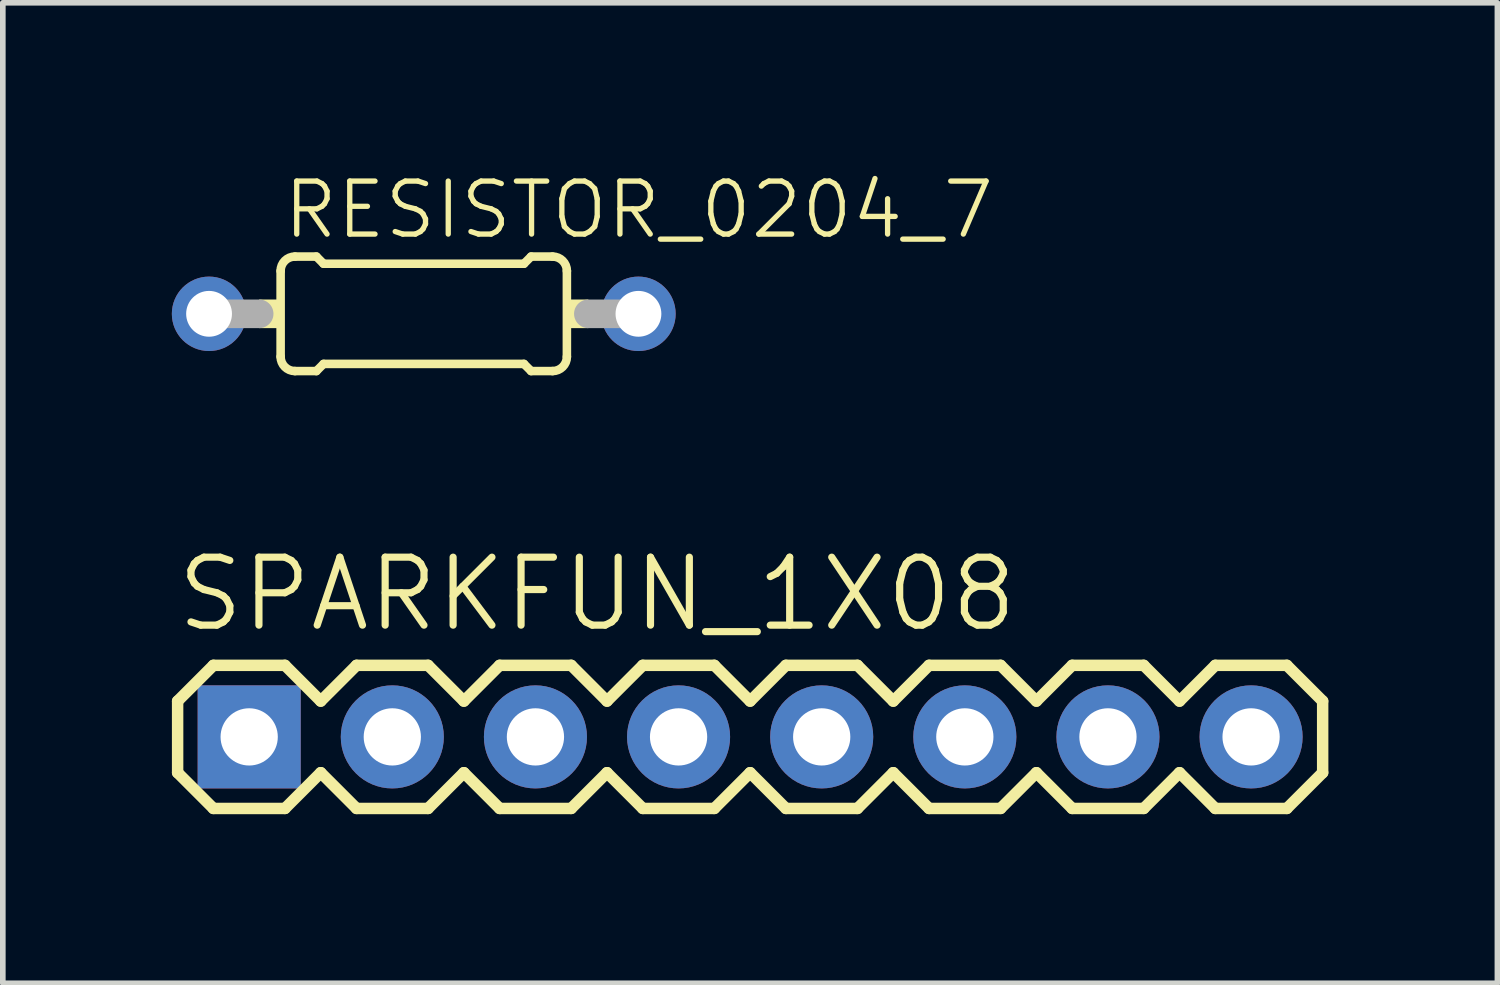
<source format=kicad_pcb>
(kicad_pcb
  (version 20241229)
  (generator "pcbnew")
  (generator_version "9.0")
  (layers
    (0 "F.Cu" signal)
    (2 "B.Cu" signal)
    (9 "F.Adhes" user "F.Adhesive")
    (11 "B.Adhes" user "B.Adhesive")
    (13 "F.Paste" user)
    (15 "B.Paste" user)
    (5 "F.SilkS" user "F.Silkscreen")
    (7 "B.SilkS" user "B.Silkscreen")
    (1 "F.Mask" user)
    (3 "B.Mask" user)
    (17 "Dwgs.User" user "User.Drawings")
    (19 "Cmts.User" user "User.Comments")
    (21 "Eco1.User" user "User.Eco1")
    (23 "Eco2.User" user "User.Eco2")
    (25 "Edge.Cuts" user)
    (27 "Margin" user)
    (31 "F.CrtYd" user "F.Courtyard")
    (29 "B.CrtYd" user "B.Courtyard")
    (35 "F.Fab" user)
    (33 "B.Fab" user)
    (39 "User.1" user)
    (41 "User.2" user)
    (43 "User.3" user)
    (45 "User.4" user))
  (footprint "RESISTOR_0204_7"
    (layer "F.Cu")
    (at 4.47 2.519)
    (property "Reference" "RESISTOR_0204_7" (at -2.54 -1.295 0) (layer "F.SilkS") (effects (font (size 0.941 0.941) (thickness 0.094)) (justify left bottom)))
    (attr through_hole)
    (fp_line (start -2.54 0.762) (end -2.54 -0.762) (stroke (width 0.152) (type solid)) (layer "F.SilkS"))
    (fp_line (start -2.286 -1.016) (end -1.905 -1.016) (stroke (width 0.152) (type solid)) (layer "F.SilkS"))
    (fp_line (start -2.286 1.016) (end -1.905 1.016) (stroke (width 0.152) (type solid)) (layer "F.SilkS"))
    (fp_line (start -1.778 -0.889) (end -1.905 -1.016) (stroke (width 0.152) (type solid)) (layer "F.SilkS"))
    (fp_line (start -1.778 0.889) (end -1.905 1.016) (stroke (width 0.152) (type solid)) (layer "F.SilkS"))
    (fp_line (start 1.778 -0.889) (end -1.778 -0.889) (stroke (width 0.152) (type solid)) (layer "F.SilkS"))
    (fp_line (start 1.778 -0.889) (end 1.905 -1.016) (stroke (width 0.152) (type solid)) (layer "F.SilkS"))
    (fp_line (start 1.778 0.889) (end -1.778 0.889) (stroke (width 0.152) (type solid)) (layer "F.SilkS"))
    (fp_line (start 1.778 0.889) (end 1.905 1.016) (stroke (width 0.152) (type solid)) (layer "F.SilkS"))
    (fp_line (start 2.286 -1.016) (end 1.905 -1.016) (stroke (width 0.152) (type solid)) (layer "F.SilkS"))
    (fp_line (start 2.286 1.016) (end 1.905 1.016) (stroke (width 0.152) (type solid)) (layer "F.SilkS"))
    (fp_line (start 2.54 0.762) (end 2.54 -0.762) (stroke (width 0.152) (type solid)) (layer "F.SilkS"))
    (fp_arc (start -2.54 -0.762) (mid -2.465605 -0.941605) (end -2.286 -1.016) (stroke (width 0.1524) (type solid)) (layer "F.SilkS"))
    (fp_arc (start -2.286 1.016) (mid -2.465605 0.941605) (end -2.54 0.762) (stroke (width 0.1524) (type solid)) (layer "F.SilkS"))
    (fp_arc (start 2.286 -1.016) (mid 2.465605 -0.941605) (end 2.54 -0.762) (stroke (width 0.1524) (type solid)) (layer "F.SilkS"))
    (fp_arc (start 2.54 0.762) (mid 2.465605 0.941605) (end 2.286 1.016) (stroke (width 0.1524) (type solid)) (layer "F.SilkS"))
    (fp_poly (pts (xy -2.921 0.254) (xy -2.54 0.254) (xy -2.54 -0.254) (xy -2.921 -0.254)) (stroke (width 0) (type solid)) (fill yes) (layer "F.SilkS"))
    (fp_poly (pts (xy 2.54 0.254) (xy 2.921 0.254) (xy 2.921 -0.254) (xy 2.54 -0.254)) (stroke (width 0) (type solid)) (fill yes) (layer "F.SilkS"))
    (fp_line (start -3.81 0) (end -2.921 0) (stroke (width 0.508) (type solid)) (layer "F.Fab"))
    (fp_line (start 3.81 0) (end 2.921 0) (stroke (width 0.508) (type solid)) (layer "F.Fab"))
    (pad "1" thru_hole circle (at -3.81 0) (size 1.321 1.321) (drill 0.813) (layers "*.Cu" "*.Mask"))
    (pad "2" thru_hole circle (at 3.81 0) (size 1.321 1.321) (drill 0.813) (layers "*.Cu" "*.Mask")))
  (footprint "SPARKFUN_1X08"
    (layer "F.Cu")
    (at 1.372 10.027)
    (property "Reference" "SPARKFUN_1X08" (at -1.346 -1.829 0) (layer "F.SilkS") (effects (font (size 1.206 1.206) (thickness 0.127)) (justify left bottom)))
    (attr through_hole)
    (fp_line (start -1.27 -0.635) (end -1.27 0.635) (stroke (width 0.203) (type solid)) (layer "F.SilkS"))
    (fp_line (start -1.27 0.635) (end -0.635 1.27) (stroke (width 0.203) (type solid)) (layer "F.SilkS"))
    (fp_line (start -0.635 -1.27) (end -1.27 -0.635) (stroke (width 0.203) (type solid)) (layer "F.SilkS"))
    (fp_line (start -0.635 -1.27) (end 0.635 -1.27) (stroke (width 0.203) (type solid)) (layer "F.SilkS"))
    (fp_line (start 0.635 -1.27) (end 1.27 -0.635) (stroke (width 0.203) (type solid)) (layer "F.SilkS"))
    (fp_line (start 0.635 1.27) (end -0.635 1.27) (stroke (width 0.203) (type solid)) (layer "F.SilkS"))
    (fp_line (start 1.27 -0.635) (end 1.905 -1.27) (stroke (width 0.203) (type solid)) (layer "F.SilkS"))
    (fp_line (start 1.27 0.635) (end 0.635 1.27) (stroke (width 0.203) (type solid)) (layer "F.SilkS"))
    (fp_line (start 1.905 -1.27) (end 3.175 -1.27) (stroke (width 0.203) (type solid)) (layer "F.SilkS"))
    (fp_line (start 1.905 1.27) (end 1.27 0.635) (stroke (width 0.203) (type solid)) (layer "F.SilkS"))
    (fp_line (start 3.175 -1.27) (end 3.81 -0.635) (stroke (width 0.203) (type solid)) (layer "F.SilkS"))
    (fp_line (start 3.175 1.27) (end 1.905 1.27) (stroke (width 0.203) (type solid)) (layer "F.SilkS"))
    (fp_line (start 3.81 -0.635) (end 4.445 -1.27) (stroke (width 0.203) (type solid)) (layer "F.SilkS"))
    (fp_line (start 3.81 0.635) (end 3.175 1.27) (stroke (width 0.203) (type solid)) (layer "F.SilkS"))
    (fp_line (start 4.445 -1.27) (end 5.715 -1.27) (stroke (width 0.203) (type solid)) (layer "F.SilkS"))
    (fp_line (start 4.445 1.27) (end 3.81 0.635) (stroke (width 0.203) (type solid)) (layer "F.SilkS"))
    (fp_line (start 5.715 -1.27) (end 6.35 -0.635) (stroke (width 0.203) (type solid)) (layer "F.SilkS"))
    (fp_line (start 5.715 1.27) (end 4.445 1.27) (stroke (width 0.203) (type solid)) (layer "F.SilkS"))
    (fp_line (start 6.35 0.635) (end 5.715 1.27) (stroke (width 0.203) (type solid)) (layer "F.SilkS"))
    (fp_line (start 6.35 0.635) (end 6.985 1.27) (stroke (width 0.203) (type solid)) (layer "F.SilkS"))
    (fp_line (start 6.985 -1.27) (end 6.35 -0.635) (stroke (width 0.203) (type solid)) (layer "F.SilkS"))
    (fp_line (start 6.985 -1.27) (end 8.255 -1.27) (stroke (width 0.203) (type solid)) (layer "F.SilkS"))
    (fp_line (start 8.255 -1.27) (end 8.89 -0.635) (stroke (width 0.203) (type solid)) (layer "F.SilkS"))
    (fp_line (start 8.255 1.27) (end 6.985 1.27) (stroke (width 0.203) (type solid)) (layer "F.SilkS"))
    (fp_line (start 8.89 -0.635) (end 9.525 -1.27) (stroke (width 0.203) (type solid)) (layer "F.SilkS"))
    (fp_line (start 8.89 0.635) (end 8.255 1.27) (stroke (width 0.203) (type solid)) (layer "F.SilkS"))
    (fp_line (start 9.525 -1.27) (end 10.795 -1.27) (stroke (width 0.203) (type solid)) (layer "F.SilkS"))
    (fp_line (start 9.525 1.27) (end 8.89 0.635) (stroke (width 0.203) (type solid)) (layer "F.SilkS"))
    (fp_line (start 10.795 -1.27) (end 11.43 -0.635) (stroke (width 0.203) (type solid)) (layer "F.SilkS"))
    (fp_line (start 10.795 1.27) (end 9.525 1.27) (stroke (width 0.203) (type solid)) (layer "F.SilkS"))
    (fp_line (start 11.43 -0.635) (end 12.065 -1.27) (stroke (width 0.203) (type solid)) (layer "F.SilkS"))
    (fp_line (start 11.43 0.635) (end 10.795 1.27) (stroke (width 0.203) (type solid)) (layer "F.SilkS"))
    (fp_line (start 12.065 -1.27) (end 13.335 -1.27) (stroke (width 0.203) (type solid)) (layer "F.SilkS"))
    (fp_line (start 12.065 1.27) (end 11.43 0.635) (stroke (width 0.203) (type solid)) (layer "F.SilkS"))
    (fp_line (start 13.335 -1.27) (end 13.97 -0.635) (stroke (width 0.203) (type solid)) (layer "F.SilkS"))
    (fp_line (start 13.335 1.27) (end 12.065 1.27) (stroke (width 0.203) (type solid)) (layer "F.SilkS"))
    (fp_line (start 13.97 0.635) (end 13.335 1.27) (stroke (width 0.203) (type solid)) (layer "F.SilkS"))
    (fp_line (start 13.97 0.635) (end 14.605 1.27) (stroke (width 0.203) (type solid)) (layer "F.SilkS"))
    (fp_line (start 14.605 -1.27) (end 13.97 -0.635) (stroke (width 0.203) (type solid)) (layer "F.SilkS"))
    (fp_line (start 14.605 -1.27) (end 15.875 -1.27) (stroke (width 0.203) (type solid)) (layer "F.SilkS"))
    (fp_line (start 15.875 -1.27) (end 16.51 -0.635) (stroke (width 0.203) (type solid)) (layer "F.SilkS"))
    (fp_line (start 15.875 1.27) (end 14.605 1.27) (stroke (width 0.203) (type solid)) (layer "F.SilkS"))
    (fp_line (start 16.51 0.635) (end 15.875 1.27) (stroke (width 0.203) (type solid)) (layer "F.SilkS"))
    (fp_line (start 16.51 0.635) (end 17.145 1.27) (stroke (width 0.203) (type solid)) (layer "F.SilkS"))
    (fp_line (start 17.145 -1.27) (end 16.51 -0.635) (stroke (width 0.203) (type solid)) (layer "F.SilkS"))
    (fp_line (start 17.145 -1.27) (end 18.415 -1.27) (stroke (width 0.203) (type solid)) (layer "F.SilkS"))
    (fp_line (start 18.415 -1.27) (end 19.05 -0.635) (stroke (width 0.203) (type solid)) (layer "F.SilkS"))
    (fp_line (start 18.415 1.27) (end 17.145 1.27) (stroke (width 0.203) (type solid)) (layer "F.SilkS"))
    (fp_line (start 19.05 -0.635) (end 19.05 0.635) (stroke (width 0.203) (type solid)) (layer "F.SilkS"))
    (fp_line (start 19.05 0.635) (end 18.415 1.27) (stroke (width 0.203) (type solid)) (layer "F.SilkS"))
    (fp_poly (pts (xy -0.254 0.254) (xy 0.254 0.254) (xy 0.254 -0.254) (xy -0.254 -0.254)) (stroke (width 0.1) (type solid)) (fill no) (layer "F.Fab"))
    (fp_poly (pts (xy 2.286 0.254) (xy 2.794 0.254) (xy 2.794 -0.254) (xy 2.286 -0.254)) (stroke (width 0.1) (type solid)) (fill no) (layer "F.Fab"))
    (fp_poly (pts (xy 4.826 0.254) (xy 5.334 0.254) (xy 5.334 -0.254) (xy 4.826 -0.254)) (stroke (width 0.1) (type solid)) (fill no) (layer "F.Fab"))
    (fp_poly (pts (xy 7.366 0.254) (xy 7.874 0.254) (xy 7.874 -0.254) (xy 7.366 -0.254)) (stroke (width 0.1) (type solid)) (fill no) (layer "F.Fab"))
    (fp_poly (pts (xy 9.906 0.254) (xy 10.414 0.254) (xy 10.414 -0.254) (xy 9.906 -0.254)) (stroke (width 0.1) (type solid)) (fill no) (layer "F.Fab"))
    (fp_poly (pts (xy 12.446 0.254) (xy 12.954 0.254) (xy 12.954 -0.254) (xy 12.446 -0.254)) (stroke (width 0.1) (type solid)) (fill no) (layer "F.Fab"))
    (fp_poly (pts (xy 14.986 0.254) (xy 15.494 0.254) (xy 15.494 -0.254) (xy 14.986 -0.254)) (stroke (width 0.1) (type solid)) (fill no) (layer "F.Fab"))
    (fp_poly (pts (xy 17.526 0.254) (xy 18.034 0.254) (xy 18.034 -0.254) (xy 17.526 -0.254)) (stroke (width 0.1) (type solid)) (fill no) (layer "F.Fab"))
    (pad "1" thru_hole rect (at 0 0 90) (size 1.829 1.829) (drill 1.016) (layers "*.Cu" "*.Mask"))
    (pad "2" thru_hole circle (at 2.54 0 90) (size 1.829 1.829) (drill 1.016) (layers "*.Cu" "*.Mask"))
    (pad "3" thru_hole circle (at 5.08 0 90) (size 1.829 1.829) (drill 1.016) (layers "*.Cu" "*.Mask"))
    (pad "4" thru_hole circle (at 7.62 0 90) (size 1.829 1.829) (drill 1.016) (layers "*.Cu" "*.Mask"))
    (pad "5" thru_hole circle (at 10.16 0 90) (size 1.829 1.829) (drill 1.016) (layers "*.Cu" "*.Mask"))
    (pad "6" thru_hole circle (at 12.7 0 90) (size 1.829 1.829) (drill 1.016) (layers "*.Cu" "*.Mask"))
    (pad "7" thru_hole circle (at 15.24 0 90) (size 1.829 1.829) (drill 1.016) (layers "*.Cu" "*.Mask"))
    (pad "8" thru_hole circle (at 17.78 0 90) (size 1.829 1.829) (drill 1.016) (layers "*.Cu" "*.Mask")))
  (gr_rect
    (start -3 -3)
    (end 23.523 14.399)
    (stroke (width 0.1) (type default))
    (fill no)
    (layer "Edge.Cuts")))
</source>
